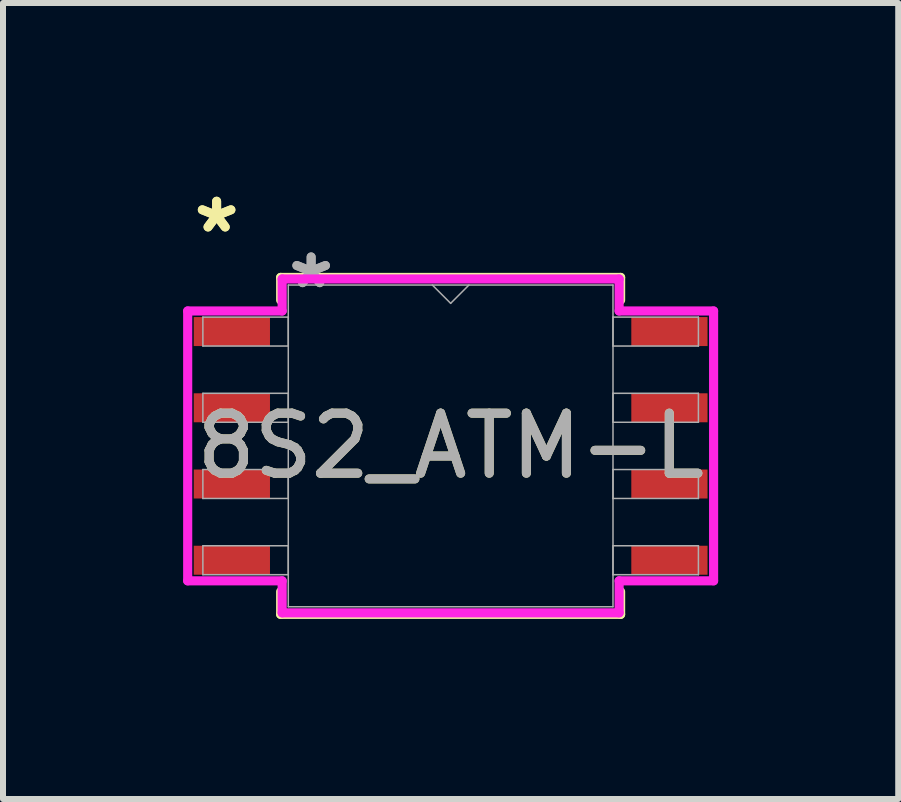
<source format=kicad_pcb>
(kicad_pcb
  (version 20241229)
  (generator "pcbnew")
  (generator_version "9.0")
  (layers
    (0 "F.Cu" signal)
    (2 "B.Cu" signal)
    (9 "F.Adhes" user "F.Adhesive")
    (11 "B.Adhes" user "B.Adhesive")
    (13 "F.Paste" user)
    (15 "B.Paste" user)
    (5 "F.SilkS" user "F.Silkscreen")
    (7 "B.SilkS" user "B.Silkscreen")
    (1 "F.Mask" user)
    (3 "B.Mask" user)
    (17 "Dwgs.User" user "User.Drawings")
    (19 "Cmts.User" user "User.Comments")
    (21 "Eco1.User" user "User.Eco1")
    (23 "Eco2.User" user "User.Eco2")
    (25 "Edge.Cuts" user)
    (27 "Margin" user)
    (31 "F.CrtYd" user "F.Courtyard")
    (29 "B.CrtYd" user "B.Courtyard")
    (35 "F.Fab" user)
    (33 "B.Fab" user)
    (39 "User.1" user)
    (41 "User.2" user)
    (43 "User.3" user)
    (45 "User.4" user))
  (footprint "8S2_ATM-L"
    (layer "F.Cu")
    (at 4.458 4.379)
    (property "Reference" "8S2_ATM-L" (at 0 0 0) (unlocked yes) (layer "F.SilkS") (effects (font (size 1 1) (thickness 0.15))))
    (attr smd)
    (fp_line (start -2.832 -2.807) (end -2.832 -2.428) (stroke (width 0.152) (type solid)) (layer "F.SilkS"))
    (fp_line (start -2.832 2.428) (end -2.832 2.807) (stroke (width 0.152) (type solid)) (layer "F.SilkS"))
    (fp_line (start -2.832 2.807) (end 2.832 2.807) (stroke (width 0.152) (type solid)) (layer "F.SilkS"))
    (fp_line (start 2.832 -2.807) (end -2.832 -2.807) (stroke (width 0.152) (type solid)) (layer "F.SilkS"))
    (fp_line (start 2.832 -2.428) (end 2.832 -2.807) (stroke (width 0.152) (type solid)) (layer "F.SilkS"))
    (fp_line (start 2.832 2.807) (end 2.832 2.428) (stroke (width 0.152) (type solid)) (layer "F.SilkS"))
    (fp_line (start -4.381 -2.248) (end -2.807 -2.248) (stroke (width 0.152) (type solid)) (layer "F.CrtYd"))
    (fp_line (start -4.381 2.248) (end -4.381 -2.248) (stroke (width 0.152) (type solid)) (layer "F.CrtYd"))
    (fp_line (start -4.381 2.248) (end -2.807 2.248) (stroke (width 0.152) (type solid)) (layer "F.CrtYd"))
    (fp_line (start -2.807 -2.781) (end 2.807 -2.781) (stroke (width 0.152) (type solid)) (layer "F.CrtYd"))
    (fp_line (start -2.807 -2.248) (end -2.807 -2.781) (stroke (width 0.152) (type solid)) (layer "F.CrtYd"))
    (fp_line (start -2.807 2.781) (end -2.807 2.248) (stroke (width 0.152) (type solid)) (layer "F.CrtYd"))
    (fp_line (start 2.807 -2.781) (end 2.807 -2.248) (stroke (width 0.152) (type solid)) (layer "F.CrtYd"))
    (fp_line (start 2.807 2.248) (end 2.807 2.781) (stroke (width 0.152) (type solid)) (layer "F.CrtYd"))
    (fp_line (start 2.807 2.781) (end -2.807 2.781) (stroke (width 0.152) (type solid)) (layer "F.CrtYd"))
    (fp_line (start 4.381 -2.248) (end 2.807 -2.248) (stroke (width 0.152) (type solid)) (layer "F.CrtYd"))
    (fp_line (start 4.381 -2.248) (end 4.381 2.248) (stroke (width 0.152) (type solid)) (layer "F.CrtYd"))
    (fp_line (start 4.381 2.248) (end 2.807 2.248) (stroke (width 0.152) (type solid)) (layer "F.CrtYd"))
    (fp_line (start -4.128 -2.146) (end -4.128 -1.664) (stroke (width 0.025) (type solid)) (layer "F.Fab"))
    (fp_line (start -4.128 -1.664) (end -2.705 -1.664) (stroke (width 0.025) (type solid)) (layer "F.Fab"))
    (fp_line (start -4.128 -0.876) (end -4.128 -0.394) (stroke (width 0.025) (type solid)) (layer "F.Fab"))
    (fp_line (start -4.128 -0.394) (end -2.705 -0.394) (stroke (width 0.025) (type solid)) (layer "F.Fab"))
    (fp_line (start -4.128 0.394) (end -4.128 0.876) (stroke (width 0.025) (type solid)) (layer "F.Fab"))
    (fp_line (start -4.128 0.876) (end -2.705 0.876) (stroke (width 0.025) (type solid)) (layer "F.Fab"))
    (fp_line (start -4.128 1.664) (end -4.128 2.146) (stroke (width 0.025) (type solid)) (layer "F.Fab"))
    (fp_line (start -4.128 2.146) (end -2.705 2.146) (stroke (width 0.025) (type solid)) (layer "F.Fab"))
    (fp_line (start -2.705 -2.68) (end -2.705 2.68) (stroke (width 0.025) (type solid)) (layer "F.Fab"))
    (fp_line (start -2.705 -2.146) (end -4.128 -2.146) (stroke (width 0.025) (type solid)) (layer "F.Fab"))
    (fp_line (start -2.705 -1.664) (end -2.705 -2.146) (stroke (width 0.025) (type solid)) (layer "F.Fab"))
    (fp_line (start -2.705 -0.876) (end -4.128 -0.876) (stroke (width 0.025) (type solid)) (layer "F.Fab"))
    (fp_line (start -2.705 -0.394) (end -2.705 -0.876) (stroke (width 0.025) (type solid)) (layer "F.Fab"))
    (fp_line (start -2.705 0.394) (end -4.128 0.394) (stroke (width 0.025) (type solid)) (layer "F.Fab"))
    (fp_line (start -2.705 0.876) (end -2.705 0.394) (stroke (width 0.025) (type solid)) (layer "F.Fab"))
    (fp_line (start -2.705 1.664) (end -4.128 1.664) (stroke (width 0.025) (type solid)) (layer "F.Fab"))
    (fp_line (start -2.705 2.146) (end -2.705 1.664) (stroke (width 0.025) (type solid)) (layer "F.Fab"))
    (fp_line (start -2.705 2.68) (end 2.705 2.68) (stroke (width 0.025) (type solid)) (layer "F.Fab"))
    (fp_line (start -0.305 -2.68) (end 0 -2.375) (stroke (width 0.025) (type solid)) (layer "F.Fab"))
    (fp_line (start 0 -2.375) (end 0.305 -2.68) (stroke (width 0.025) (type solid)) (layer "F.Fab"))
    (fp_line (start 2.705 -2.68) (end -2.705 -2.68) (stroke (width 0.025) (type solid)) (layer "F.Fab"))
    (fp_line (start 2.705 -2.146) (end 2.705 -1.664) (stroke (width 0.025) (type solid)) (layer "F.Fab"))
    (fp_line (start 2.705 -1.664) (end 4.128 -1.664) (stroke (width 0.025) (type solid)) (layer "F.Fab"))
    (fp_line (start 2.705 -0.876) (end 2.705 -0.394) (stroke (width 0.025) (type solid)) (layer "F.Fab"))
    (fp_line (start 2.705 -0.394) (end 4.128 -0.394) (stroke (width 0.025) (type solid)) (layer "F.Fab"))
    (fp_line (start 2.705 0.394) (end 2.705 0.876) (stroke (width 0.025) (type solid)) (layer "F.Fab"))
    (fp_line (start 2.705 0.876) (end 4.128 0.876) (stroke (width 0.025) (type solid)) (layer "F.Fab"))
    (fp_line (start 2.705 1.664) (end 2.705 2.146) (stroke (width 0.025) (type solid)) (layer "F.Fab"))
    (fp_line (start 2.705 2.146) (end 4.128 2.146) (stroke (width 0.025) (type solid)) (layer "F.Fab"))
    (fp_line (start 2.705 2.68) (end 2.705 -2.68) (stroke (width 0.025) (type solid)) (layer "F.Fab"))
    (fp_line (start 4.128 -2.146) (end 2.705 -2.146) (stroke (width 0.025) (type solid)) (layer "F.Fab"))
    (fp_line (start 4.128 -1.664) (end 4.128 -2.146) (stroke (width 0.025) (type solid)) (layer "F.Fab"))
    (fp_line (start 4.128 -0.876) (end 2.705 -0.876) (stroke (width 0.025) (type solid)) (layer "F.Fab"))
    (fp_line (start 4.128 -0.394) (end 4.128 -0.876) (stroke (width 0.025) (type solid)) (layer "F.Fab"))
    (fp_line (start 4.128 0.394) (end 2.705 0.394) (stroke (width 0.025) (type solid)) (layer "F.Fab"))
    (fp_line (start 4.128 0.876) (end 4.128 0.394) (stroke (width 0.025) (type solid)) (layer "F.Fab"))
    (fp_line (start 4.128 1.664) (end 2.705 1.664) (stroke (width 0.025) (type solid)) (layer "F.Fab"))
    (fp_line (start 4.128 2.146) (end 4.128 1.664) (stroke (width 0.025) (type solid)) (layer "F.Fab"))
    (fp_text user "*" (at -3.899 -3.531 0) (layer "F.SilkS") (effects (font (size 1 1) (thickness 0.15))))
    (fp_text user "*" (at -3.899 -3.531 0) (unlocked yes) (layer "F.SilkS") (effects (font (size 1 1) (thickness 0.15))))
    (fp_text user "*" (at -2.324 -2.603 0) (layer "F.Fab") (effects (font (size 1 1) (thickness 0.15))))
    (fp_text user "*" (at -2.324 -2.603 0) (unlocked yes) (layer "F.Fab") (effects (font (size 1 1) (thickness 0.15))))
    (fp_text user "${REFERENCE}" (at 0 0 0) (unlocked yes) (layer "F.Fab") (effects (font (size 1 1) (thickness 0.15))))
    (pad "1" smd rect (at -3.645 -1.905) (size 1.27 0.483) (layers "F.Cu" "F.Mask" "F.Paste"))
    (pad "2" smd rect (at -3.645 -0.635) (size 1.27 0.483) (layers "F.Cu" "F.Mask" "F.Paste"))
    (pad "3" smd rect (at -3.645 0.635) (size 1.27 0.483) (layers "F.Cu" "F.Mask" "F.Paste"))
    (pad "4" smd rect (at -3.645 1.905) (size 1.27 0.483) (layers "F.Cu" "F.Mask" "F.Paste"))
    (pad "5" smd rect (at 3.645 1.905) (size 1.27 0.483) (layers "F.Cu" "F.Mask" "F.Paste"))
    (pad "6" smd rect (at 3.645 0.635) (size 1.27 0.483) (layers "F.Cu" "F.Mask" "F.Paste"))
    (pad "7" smd rect (at 3.645 -0.635) (size 1.27 0.483) (layers "F.Cu" "F.Mask" "F.Paste"))
    (pad "8" smd rect (at 3.645 -1.905) (size 1.27 0.483) (layers "F.Cu" "F.Mask" "F.Paste")))
  (gr_rect
    (start -3 -3)
    (end 11.915 10.262)
    (stroke (width 0.1) (type default))
    (fill no)
    (layer "Edge.Cuts")))
</source>
